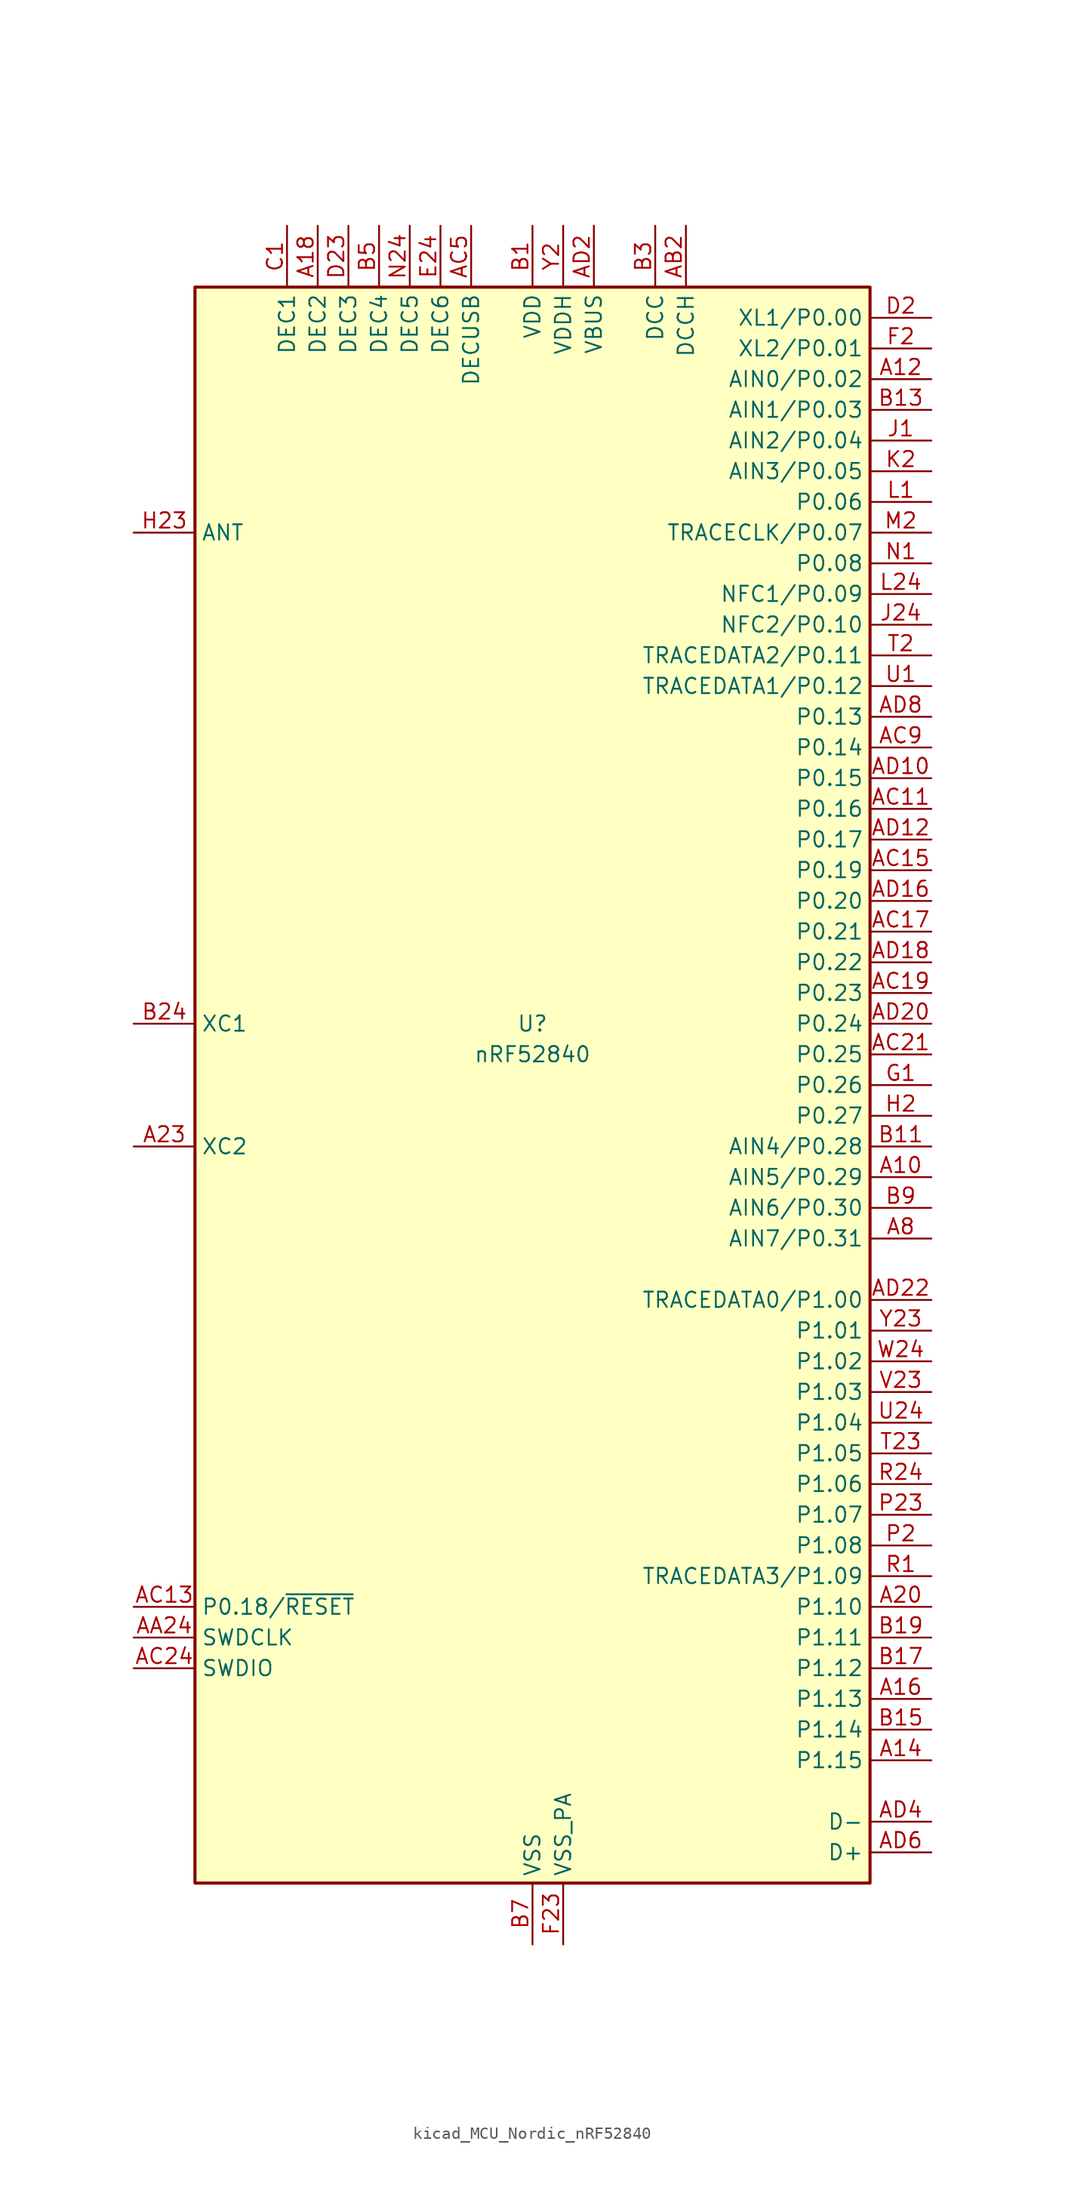
<source format=kicad_sym>
(kicad_symbol_lib
  (version 20220914)
  (generator kicad_symbol_editor)
  (symbol "kicad_MCU_Nordic_nRF52840"
    (property "Reference" "U"
      (at 0 5.08 0)
      (effects (font (size 1.27 1.27))))
    (property "Value" "nRF52840"
      (at 0 2.54 0)
      (effects (font (size 1.27 1.27))))
    (symbol "kicad_MCU_Nordic_nRF52840_0_1"
      (rectangle (start -27.94 66.04) (end 27.94 -66.04) (stroke (width 0.254) (type default)) (fill (type background))))
    (symbol "kicad_MCU_Nordic_nRF52840_1_1"
      (pin bidirectional line (at 33.02 -7.62 180) (length 5.08) (name "AIN5/P0.29" (effects (font (size 1.27 1.27)))) (number "A10" (effects (font (size 1.27 1.27)))))
      (pin bidirectional line (at 33.02 58.42 180) (length 5.08) (name "AIN0/P0.02" (effects (font (size 1.27 1.27)))) (number "A12" (effects (font (size 1.27 1.27)))))
      (pin bidirectional line (at 33.02 -55.88 180) (length 5.08) (name "P1.15" (effects (font (size 1.27 1.27)))) (number "A14" (effects (font (size 1.27 1.27)))))
      (pin bidirectional line (at 33.02 -50.8 180) (length 5.08) (name "P1.13" (effects (font (size 1.27 1.27)))) (number "A16" (effects (font (size 1.27 1.27)))))
      (pin passive line (at -17.78 71.12 270) (length 5.08) (name "DEC2" (effects (font (size 1.27 1.27)))) (number "A18" (effects (font (size 1.27 1.27)))))
      (pin bidirectional line (at 33.02 -43.18 180) (length 5.08) (name "P1.10" (effects (font (size 1.27 1.27)))) (number "A20" (effects (font (size 1.27 1.27)))))
      (pin passive line (at 0 71.12 270) (length 5.08) hide (name "VDD" (effects (font (size 1.27 1.27)))) (number "A22" (effects (font (size 1.27 1.27)))))
      (pin input line (at -33.02 -5.08 0) (length 5.08) (name "XC2" (effects (font (size 1.27 1.27)))) (number "A23" (effects (font (size 1.27 1.27)))))
      (pin bidirectional line (at 33.02 -12.7 180) (length 5.08) (name "AIN7/P0.31" (effects (font (size 1.27 1.27)))) (number "A8" (effects (font (size 1.27 1.27)))))
      (pin input line (at -33.02 -45.72 0) (length 5.08) (name "SWDCLK" (effects (font (size 1.27 1.27)))) (number "AA24" (effects (font (size 1.27 1.27)))))
      (pin power_out line (at 12.7 71.12 270) (length 5.08) (name "DCCH" (effects (font (size 1.27 1.27)))) (number "AB2" (effects (font (size 1.27 1.27)))))
      (pin bidirectional line (at 33.02 22.86 180) (length 5.08) (name "P0.16" (effects (font (size 1.27 1.27)))) (number "AC11" (effects (font (size 1.27 1.27)))))
      (pin bidirectional line (at -33.02 -43.18 0) (length 5.08) (name "P0.18/~{RESET}" (effects (font (size 1.27 1.27)))) (number "AC13" (effects (font (size 1.27 1.27)))))
      (pin bidirectional line (at 33.02 17.78 180) (length 5.08) (name "P0.19" (effects (font (size 1.27 1.27)))) (number "AC15" (effects (font (size 1.27 1.27)))))
      (pin bidirectional line (at 33.02 12.7 180) (length 5.08) (name "P0.21" (effects (font (size 1.27 1.27)))) (number "AC17" (effects (font (size 1.27 1.27)))))
      (pin bidirectional line (at 33.02 7.62 180) (length 5.08) (name "P0.23" (effects (font (size 1.27 1.27)))) (number "AC19" (effects (font (size 1.27 1.27)))))
      (pin bidirectional line (at 33.02 2.54 180) (length 5.08) (name "P0.25" (effects (font (size 1.27 1.27)))) (number "AC21" (effects (font (size 1.27 1.27)))))
      (pin bidirectional line (at -33.02 -48.26 0) (length 5.08) (name "SWDIO" (effects (font (size 1.27 1.27)))) (number "AC24" (effects (font (size 1.27 1.27)))))
      (pin passive line (at -5.08 71.12 270) (length 5.08) (name "DECUSB" (effects (font (size 1.27 1.27)))) (number "AC5" (effects (font (size 1.27 1.27)))))
      (pin bidirectional line (at 33.02 27.94 180) (length 5.08) (name "P0.14" (effects (font (size 1.27 1.27)))) (number "AC9" (effects (font (size 1.27 1.27)))))
      (pin bidirectional line (at 33.02 25.4 180) (length 5.08) (name "P0.15" (effects (font (size 1.27 1.27)))) (number "AD10" (effects (font (size 1.27 1.27)))))
      (pin bidirectional line (at 33.02 20.32 180) (length 5.08) (name "P0.17" (effects (font (size 1.27 1.27)))) (number "AD12" (effects (font (size 1.27 1.27)))))
      (pin passive line (at 0 71.12 270) (length 5.08) hide (name "VDD" (effects (font (size 1.27 1.27)))) (number "AD14" (effects (font (size 1.27 1.27)))))
      (pin bidirectional line (at 33.02 15.24 180) (length 5.08) (name "P0.20" (effects (font (size 1.27 1.27)))) (number "AD16" (effects (font (size 1.27 1.27)))))
      (pin bidirectional line (at 33.02 10.16 180) (length 5.08) (name "P0.22" (effects (font (size 1.27 1.27)))) (number "AD18" (effects (font (size 1.27 1.27)))))
      (pin power_in line (at 5.08 71.12 270) (length 5.08) (name "VBUS" (effects (font (size 1.27 1.27)))) (number "AD2" (effects (font (size 1.27 1.27)))))
      (pin bidirectional line (at 33.02 5.08 180) (length 5.08) (name "P0.24" (effects (font (size 1.27 1.27)))) (number "AD20" (effects (font (size 1.27 1.27)))))
      (pin bidirectional line (at 33.02 -17.78 180) (length 5.08) (name "TRACEDATA0/P1.00" (effects (font (size 1.27 1.27)))) (number "AD22" (effects (font (size 1.27 1.27)))))
      (pin passive line (at 0 71.12 270) (length 5.08) hide (name "VDD" (effects (font (size 1.27 1.27)))) (number "AD23" (effects (font (size 1.27 1.27)))))
      (pin bidirectional line (at 33.02 -60.96 180) (length 5.08) (name "D-" (effects (font (size 1.27 1.27)))) (number "AD4" (effects (font (size 1.27 1.27)))))
      (pin bidirectional line (at 33.02 -63.5 180) (length 5.08) (name "D+" (effects (font (size 1.27 1.27)))) (number "AD6" (effects (font (size 1.27 1.27)))))
      (pin bidirectional line (at 33.02 30.48 180) (length 5.08) (name "P0.13" (effects (font (size 1.27 1.27)))) (number "AD8" (effects (font (size 1.27 1.27)))))
      (pin power_in line (at 0 71.12 270) (length 5.08) (name "VDD" (effects (font (size 1.27 1.27)))) (number "B1" (effects (font (size 1.27 1.27)))))
      (pin bidirectional line (at 33.02 -5.08 180) (length 5.08) (name "AIN4/P0.28" (effects (font (size 1.27 1.27)))) (number "B11" (effects (font (size 1.27 1.27)))))
      (pin bidirectional line (at 33.02 55.88 180) (length 5.08) (name "AIN1/P0.03" (effects (font (size 1.27 1.27)))) (number "B13" (effects (font (size 1.27 1.27)))))
      (pin bidirectional line (at 33.02 -53.34 180) (length 5.08) (name "P1.14" (effects (font (size 1.27 1.27)))) (number "B15" (effects (font (size 1.27 1.27)))))
      (pin bidirectional line (at 33.02 -48.26 180) (length 5.08) (name "P1.12" (effects (font (size 1.27 1.27)))) (number "B17" (effects (font (size 1.27 1.27)))))
      (pin bidirectional line (at 33.02 -45.72 180) (length 5.08) (name "P1.11" (effects (font (size 1.27 1.27)))) (number "B19" (effects (font (size 1.27 1.27)))))
      (pin input line (at -33.02 5.08 0) (length 5.08) (name "XC1" (effects (font (size 1.27 1.27)))) (number "B24" (effects (font (size 1.27 1.27)))))
      (pin power_out line (at 10.16 71.12 270) (length 5.08) (name "DCC" (effects (font (size 1.27 1.27)))) (number "B3" (effects (font (size 1.27 1.27)))))
      (pin passive line (at -12.7 71.12 270) (length 5.08) (name "DEC4" (effects (font (size 1.27 1.27)))) (number "B5" (effects (font (size 1.27 1.27)))))
      (pin power_in line (at 0 -71.12 90) (length 5.08) (name "VSS" (effects (font (size 1.27 1.27)))) (number "B7" (effects (font (size 1.27 1.27)))))
      (pin bidirectional line (at 33.02 -10.16 180) (length 5.08) (name "AIN6/P0.30" (effects (font (size 1.27 1.27)))) (number "B9" (effects (font (size 1.27 1.27)))))
      (pin passive line (at -20.32 71.12 270) (length 5.08) (name "DEC1" (effects (font (size 1.27 1.27)))) (number "C1" (effects (font (size 1.27 1.27)))))
      (pin bidirectional line (at 33.02 63.5 180) (length 5.08) (name "XL1/P0.00" (effects (font (size 1.27 1.27)))) (number "D2" (effects (font (size 1.27 1.27)))))
      (pin passive line (at -15.24 71.12 270) (length 5.08) (name "DEC3" (effects (font (size 1.27 1.27)))) (number "D23" (effects (font (size 1.27 1.27)))))
      (pin passive line (at -7.62 71.12 270) (length 5.08) (name "DEC6" (effects (font (size 1.27 1.27)))) (number "E24" (effects (font (size 1.27 1.27)))))
      (pin passive line (at 0 -71.12 90) (length 5.08) hide (name "VSS" (effects (font (size 1.27 1.27)))) (number "EP" (effects (font (size 1.27 1.27)))))
      (pin bidirectional line (at 33.02 60.96 180) (length 5.08) (name "XL2/P0.01" (effects (font (size 1.27 1.27)))) (number "F2" (effects (font (size 1.27 1.27)))))
      (pin power_in line (at 2.54 -71.12 90) (length 5.08) (name "VSS_PA" (effects (font (size 1.27 1.27)))) (number "F23" (effects (font (size 1.27 1.27)))))
      (pin bidirectional line (at 33.02 0 180) (length 5.08) (name "P0.26" (effects (font (size 1.27 1.27)))) (number "G1" (effects (font (size 1.27 1.27)))))
      (pin bidirectional line (at 33.02 -2.54 180) (length 5.08) (name "P0.27" (effects (font (size 1.27 1.27)))) (number "H2" (effects (font (size 1.27 1.27)))))
      (pin passive line (at -33.02 45.72 0) (length 5.08) (name "ANT" (effects (font (size 1.27 1.27)))) (number "H23" (effects (font (size 1.27 1.27)))))
      (pin bidirectional line (at 33.02 53.34 180) (length 5.08) (name "AIN2/P0.04" (effects (font (size 1.27 1.27)))) (number "J1" (effects (font (size 1.27 1.27)))))
      (pin bidirectional line (at 33.02 38.1 180) (length 5.08) (name "NFC2/P0.10" (effects (font (size 1.27 1.27)))) (number "J24" (effects (font (size 1.27 1.27)))))
      (pin bidirectional line (at 33.02 50.8 180) (length 5.08) (name "AIN3/P0.05" (effects (font (size 1.27 1.27)))) (number "K2" (effects (font (size 1.27 1.27)))))
      (pin bidirectional line (at 33.02 48.26 180) (length 5.08) (name "P0.06" (effects (font (size 1.27 1.27)))) (number "L1" (effects (font (size 1.27 1.27)))))
      (pin bidirectional line (at 33.02 40.64 180) (length 5.08) (name "NFC1/P0.09" (effects (font (size 1.27 1.27)))) (number "L24" (effects (font (size 1.27 1.27)))))
      (pin bidirectional line (at 33.02 45.72 180) (length 5.08) (name "TRACECLK/P0.07" (effects (font (size 1.27 1.27)))) (number "M2" (effects (font (size 1.27 1.27)))))
      (pin bidirectional line (at 33.02 43.18 180) (length 5.08) (name "P0.08" (effects (font (size 1.27 1.27)))) (number "N1" (effects (font (size 1.27 1.27)))))
      (pin passive line (at -10.16 71.12 270) (length 5.08) (name "DEC5" (effects (font (size 1.27 1.27)))) (number "N24" (effects (font (size 1.27 1.27)))))
      (pin bidirectional line (at 33.02 -38.1 180) (length 5.08) (name "P1.08" (effects (font (size 1.27 1.27)))) (number "P2" (effects (font (size 1.27 1.27)))))
      (pin bidirectional line (at 33.02 -35.56 180) (length 5.08) (name "P1.07" (effects (font (size 1.27 1.27)))) (number "P23" (effects (font (size 1.27 1.27)))))
      (pin bidirectional line (at 33.02 -40.64 180) (length 5.08) (name "TRACEDATA3/P1.09" (effects (font (size 1.27 1.27)))) (number "R1" (effects (font (size 1.27 1.27)))))
      (pin bidirectional line (at 33.02 -33.02 180) (length 5.08) (name "P1.06" (effects (font (size 1.27 1.27)))) (number "R24" (effects (font (size 1.27 1.27)))))
      (pin bidirectional line (at 33.02 35.56 180) (length 5.08) (name "TRACEDATA2/P0.11" (effects (font (size 1.27 1.27)))) (number "T2" (effects (font (size 1.27 1.27)))))
      (pin bidirectional line (at 33.02 -30.48 180) (length 5.08) (name "P1.05" (effects (font (size 1.27 1.27)))) (number "T23" (effects (font (size 1.27 1.27)))))
      (pin bidirectional line (at 33.02 33.02 180) (length 5.08) (name "TRACEDATA1/P0.12" (effects (font (size 1.27 1.27)))) (number "U1" (effects (font (size 1.27 1.27)))))
      (pin bidirectional line (at 33.02 -27.94 180) (length 5.08) (name "P1.04" (effects (font (size 1.27 1.27)))) (number "U24" (effects (font (size 1.27 1.27)))))
      (pin bidirectional line (at 33.02 -25.4 180) (length 5.08) (name "P1.03" (effects (font (size 1.27 1.27)))) (number "V23" (effects (font (size 1.27 1.27)))))
      (pin passive line (at 0 71.12 270) (length 5.08) hide (name "VDD" (effects (font (size 1.27 1.27)))) (number "W1" (effects (font (size 1.27 1.27)))))
      (pin bidirectional line (at 33.02 -22.86 180) (length 5.08) (name "P1.02" (effects (font (size 1.27 1.27)))) (number "W24" (effects (font (size 1.27 1.27)))))
      (pin power_in line (at 2.54 71.12 270) (length 5.08) (name "VDDH" (effects (font (size 1.27 1.27)))) (number "Y2" (effects (font (size 1.27 1.27)))))
      (pin bidirectional line (at 33.02 -20.32 180) (length 5.08) (name "P1.01" (effects (font (size 1.27 1.27)))) (number "Y23" (effects (font (size 1.27 1.27))))))))
</source>
